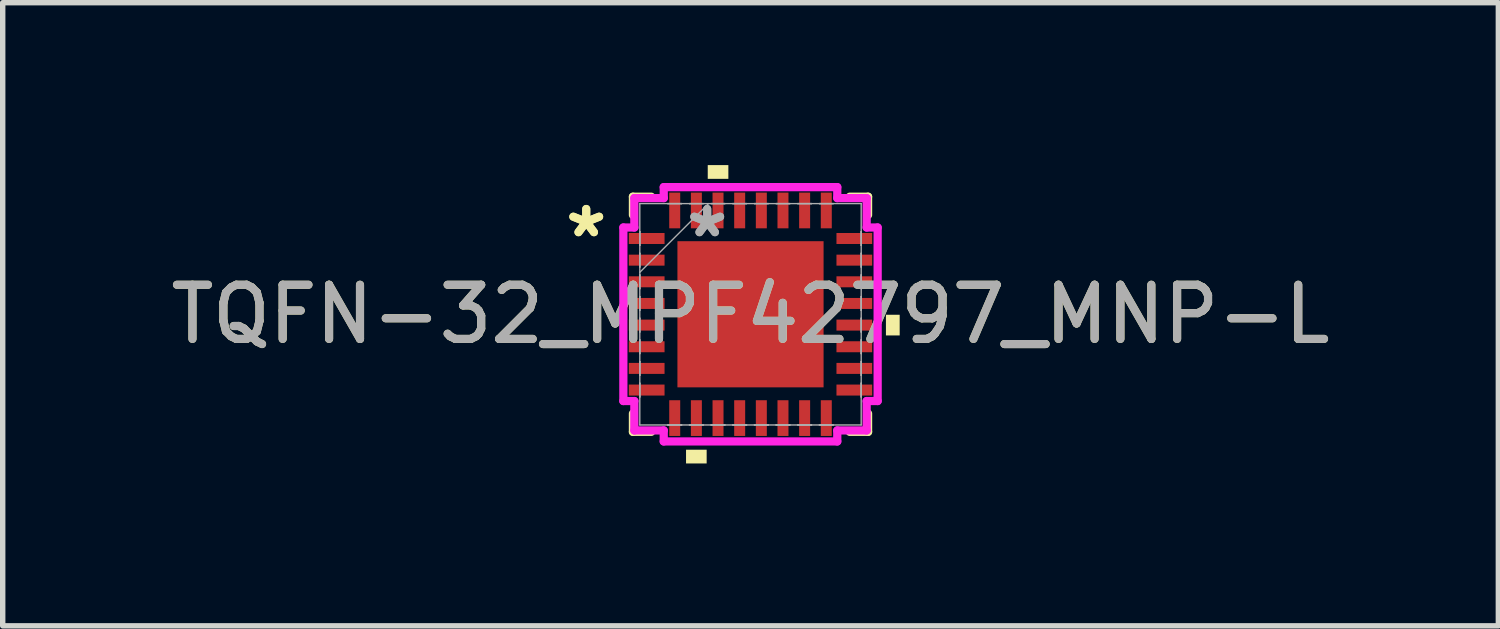
<source format=kicad_pcb>
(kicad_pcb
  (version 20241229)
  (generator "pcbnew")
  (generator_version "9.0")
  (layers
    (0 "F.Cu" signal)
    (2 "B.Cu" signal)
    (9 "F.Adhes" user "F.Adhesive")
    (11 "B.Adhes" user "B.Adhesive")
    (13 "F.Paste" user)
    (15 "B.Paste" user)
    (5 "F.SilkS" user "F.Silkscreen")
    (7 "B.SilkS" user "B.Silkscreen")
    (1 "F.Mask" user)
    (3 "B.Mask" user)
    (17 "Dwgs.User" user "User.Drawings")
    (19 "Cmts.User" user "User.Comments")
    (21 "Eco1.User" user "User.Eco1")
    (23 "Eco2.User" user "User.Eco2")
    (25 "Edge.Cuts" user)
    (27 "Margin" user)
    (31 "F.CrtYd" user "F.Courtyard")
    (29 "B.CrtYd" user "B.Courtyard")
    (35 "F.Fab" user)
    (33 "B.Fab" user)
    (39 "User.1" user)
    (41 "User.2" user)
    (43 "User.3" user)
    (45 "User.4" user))
  (footprint "TQFN-32_MPF42797_MNP-L"
    (layer "F.Cu")
    (at 10.815 2.756)
    (property "Reference" "TQFN-32_MPF42797_MNP-L" (at 0 0 0) (unlocked yes) (layer "F.SilkS") (effects (font (size 1 1) (thickness 0.15))))
    (attr smd)
    (fp_line (start -2.172 -2.172) (end -2.172 -1.834) (stroke (width 0.152) (type solid)) (layer "F.SilkS"))
    (fp_line (start -2.172 1.834) (end -2.172 2.172) (stroke (width 0.152) (type solid)) (layer "F.SilkS"))
    (fp_line (start -2.172 2.172) (end -1.834 2.172) (stroke (width 0.152) (type solid)) (layer "F.SilkS"))
    (fp_line (start -1.834 -2.172) (end -2.172 -2.172) (stroke (width 0.152) (type solid)) (layer "F.SilkS"))
    (fp_line (start 1.834 2.172) (end 2.172 2.172) (stroke (width 0.152) (type solid)) (layer "F.SilkS"))
    (fp_line (start 2.172 -2.172) (end 1.834 -2.172) (stroke (width 0.152) (type solid)) (layer "F.SilkS"))
    (fp_line (start 2.172 -1.834) (end 2.172 -2.172) (stroke (width 0.152) (type solid)) (layer "F.SilkS"))
    (fp_line (start 2.172 2.172) (end 2.172 1.834) (stroke (width 0.152) (type solid)) (layer "F.SilkS"))
    (fp_poly (pts (xy -1.191 2.502) (xy -1.191 2.756) (xy -0.81 2.756) (xy -0.81 2.502)) (stroke (width 0) (type solid)) (fill yes) (layer "F.SilkS"))
    (fp_poly (pts (xy -0.79 -2.502) (xy -0.79 -2.756) (xy -0.409 -2.756) (xy -0.409 -2.502)) (stroke (width 0) (type solid)) (fill yes) (layer "F.SilkS"))
    (fp_poly (pts (xy 2.756 0.009) (xy 2.756 0.391) (xy 2.502 0.391) (xy 2.502 0.009)) (stroke (width 0) (type solid)) (fill yes) (layer "F.SilkS"))
    (fp_line (start -2.349 -1.603) (end -2.146 -1.603) (stroke (width 0.152) (type solid)) (layer "F.CrtYd"))
    (fp_line (start -2.349 1.603) (end -2.349 -1.603) (stroke (width 0.152) (type solid)) (layer "F.CrtYd"))
    (fp_line (start -2.146 -2.146) (end -1.603 -2.146) (stroke (width 0.152) (type solid)) (layer "F.CrtYd"))
    (fp_line (start -2.146 -1.603) (end -2.146 -2.146) (stroke (width 0.152) (type solid)) (layer "F.CrtYd"))
    (fp_line (start -2.146 1.603) (end -2.349 1.603) (stroke (width 0.152) (type solid)) (layer "F.CrtYd"))
    (fp_line (start -2.146 2.146) (end -2.146 1.603) (stroke (width 0.152) (type solid)) (layer "F.CrtYd"))
    (fp_line (start -1.603 -2.349) (end 1.603 -2.349) (stroke (width 0.152) (type solid)) (layer "F.CrtYd"))
    (fp_line (start -1.603 -2.146) (end -1.603 -2.349) (stroke (width 0.152) (type solid)) (layer "F.CrtYd"))
    (fp_line (start -1.603 2.146) (end -2.146 2.146) (stroke (width 0.152) (type solid)) (layer "F.CrtYd"))
    (fp_line (start -1.603 2.349) (end -1.603 2.146) (stroke (width 0.152) (type solid)) (layer "F.CrtYd"))
    (fp_line (start 1.603 -2.349) (end 1.603 -2.146) (stroke (width 0.152) (type solid)) (layer "F.CrtYd"))
    (fp_line (start 1.603 -2.146) (end 2.146 -2.146) (stroke (width 0.152) (type solid)) (layer "F.CrtYd"))
    (fp_line (start 1.603 2.146) (end 1.603 2.349) (stroke (width 0.152) (type solid)) (layer "F.CrtYd"))
    (fp_line (start 1.603 2.349) (end -1.603 2.349) (stroke (width 0.152) (type solid)) (layer "F.CrtYd"))
    (fp_line (start 2.146 -2.146) (end 2.146 -1.603) (stroke (width 0.152) (type solid)) (layer "F.CrtYd"))
    (fp_line (start 2.146 -1.603) (end 2.349 -1.603) (stroke (width 0.152) (type solid)) (layer "F.CrtYd"))
    (fp_line (start 2.146 1.603) (end 2.146 2.146) (stroke (width 0.152) (type solid)) (layer "F.CrtYd"))
    (fp_line (start 2.146 2.146) (end 1.603 2.146) (stroke (width 0.152) (type solid)) (layer "F.CrtYd"))
    (fp_line (start 2.349 -1.603) (end 2.349 1.603) (stroke (width 0.152) (type solid)) (layer "F.CrtYd"))
    (fp_line (start 2.349 1.603) (end 2.146 1.603) (stroke (width 0.152) (type solid)) (layer "F.CrtYd"))
    (fp_line (start -2.045 -2.045) (end -2.045 2.045) (stroke (width 0.025) (type solid)) (layer "F.Fab"))
    (fp_line (start -2.045 -1.527) (end -2.045 -1.527) (stroke (width 0.025) (type solid)) (layer "F.Fab"))
    (fp_line (start -2.045 -1.527) (end -2.045 -1.273) (stroke (width 0.025) (type solid)) (layer "F.Fab"))
    (fp_line (start -2.045 -1.273) (end -2.045 -1.527) (stroke (width 0.025) (type solid)) (layer "F.Fab"))
    (fp_line (start -2.045 -1.273) (end -2.045 -1.273) (stroke (width 0.025) (type solid)) (layer "F.Fab"))
    (fp_line (start -2.045 -1.127) (end -2.045 -1.127) (stroke (width 0.025) (type solid)) (layer "F.Fab"))
    (fp_line (start -2.045 -1.127) (end -2.045 -0.873) (stroke (width 0.025) (type solid)) (layer "F.Fab"))
    (fp_line (start -2.045 -0.873) (end -2.045 -1.127) (stroke (width 0.025) (type solid)) (layer "F.Fab"))
    (fp_line (start -2.045 -0.873) (end -2.045 -0.873) (stroke (width 0.025) (type solid)) (layer "F.Fab"))
    (fp_line (start -2.045 -0.775) (end -0.775 -2.045) (stroke (width 0.025) (type solid)) (layer "F.Fab"))
    (fp_line (start -2.045 -0.727) (end -2.045 -0.727) (stroke (width 0.025) (type solid)) (layer "F.Fab"))
    (fp_line (start -2.045 -0.727) (end -2.045 -0.473) (stroke (width 0.025) (type solid)) (layer "F.Fab"))
    (fp_line (start -2.045 -0.473) (end -2.045 -0.727) (stroke (width 0.025) (type solid)) (layer "F.Fab"))
    (fp_line (start -2.045 -0.473) (end -2.045 -0.473) (stroke (width 0.025) (type solid)) (layer "F.Fab"))
    (fp_line (start -2.045 -0.327) (end -2.045 -0.327) (stroke (width 0.025) (type solid)) (layer "F.Fab"))
    (fp_line (start -2.045 -0.327) (end -2.045 -0.073) (stroke (width 0.025) (type solid)) (layer "F.Fab"))
    (fp_line (start -2.045 -0.073) (end -2.045 -0.327) (stroke (width 0.025) (type solid)) (layer "F.Fab"))
    (fp_line (start -2.045 -0.073) (end -2.045 -0.073) (stroke (width 0.025) (type solid)) (layer "F.Fab"))
    (fp_line (start -2.045 0.073) (end -2.045 0.073) (stroke (width 0.025) (type solid)) (layer "F.Fab"))
    (fp_line (start -2.045 0.073) (end -2.045 0.327) (stroke (width 0.025) (type solid)) (layer "F.Fab"))
    (fp_line (start -2.045 0.327) (end -2.045 0.073) (stroke (width 0.025) (type solid)) (layer "F.Fab"))
    (fp_line (start -2.045 0.327) (end -2.045 0.327) (stroke (width 0.025) (type solid)) (layer "F.Fab"))
    (fp_line (start -2.045 0.473) (end -2.045 0.473) (stroke (width 0.025) (type solid)) (layer "F.Fab"))
    (fp_line (start -2.045 0.473) (end -2.045 0.727) (stroke (width 0.025) (type solid)) (layer "F.Fab"))
    (fp_line (start -2.045 0.727) (end -2.045 0.473) (stroke (width 0.025) (type solid)) (layer "F.Fab"))
    (fp_line (start -2.045 0.727) (end -2.045 0.727) (stroke (width 0.025) (type solid)) (layer "F.Fab"))
    (fp_line (start -2.045 0.873) (end -2.045 0.873) (stroke (width 0.025) (type solid)) (layer "F.Fab"))
    (fp_line (start -2.045 0.873) (end -2.045 1.127) (stroke (width 0.025) (type solid)) (layer "F.Fab"))
    (fp_line (start -2.045 1.127) (end -2.045 0.873) (stroke (width 0.025) (type solid)) (layer "F.Fab"))
    (fp_line (start -2.045 1.127) (end -2.045 1.127) (stroke (width 0.025) (type solid)) (layer "F.Fab"))
    (fp_line (start -2.045 1.273) (end -2.045 1.273) (stroke (width 0.025) (type solid)) (layer "F.Fab"))
    (fp_line (start -2.045 1.273) (end -2.045 1.527) (stroke (width 0.025) (type solid)) (layer "F.Fab"))
    (fp_line (start -2.045 1.527) (end -2.045 1.273) (stroke (width 0.025) (type solid)) (layer "F.Fab"))
    (fp_line (start -2.045 1.527) (end -2.045 1.527) (stroke (width 0.025) (type solid)) (layer "F.Fab"))
    (fp_line (start -2.045 2.045) (end 2.045 2.045) (stroke (width 0.025) (type solid)) (layer "F.Fab"))
    (fp_line (start -1.527 -2.045) (end -1.527 -2.045) (stroke (width 0.025) (type solid)) (layer "F.Fab"))
    (fp_line (start -1.527 -2.045) (end -1.273 -2.045) (stroke (width 0.025) (type solid)) (layer "F.Fab"))
    (fp_line (start -1.527 2.045) (end -1.527 2.045) (stroke (width 0.025) (type solid)) (layer "F.Fab"))
    (fp_line (start -1.527 2.045) (end -1.273 2.045) (stroke (width 0.025) (type solid)) (layer "F.Fab"))
    (fp_line (start -1.273 -2.045) (end -1.527 -2.045) (stroke (width 0.025) (type solid)) (layer "F.Fab"))
    (fp_line (start -1.273 -2.045) (end -1.273 -2.045) (stroke (width 0.025) (type solid)) (layer "F.Fab"))
    (fp_line (start -1.273 2.045) (end -1.527 2.045) (stroke (width 0.025) (type solid)) (layer "F.Fab"))
    (fp_line (start -1.273 2.045) (end -1.273 2.045) (stroke (width 0.025) (type solid)) (layer "F.Fab"))
    (fp_line (start -1.127 -2.045) (end -1.127 -2.045) (stroke (width 0.025) (type solid)) (layer "F.Fab"))
    (fp_line (start -1.127 -2.045) (end -0.873 -2.045) (stroke (width 0.025) (type solid)) (layer "F.Fab"))
    (fp_line (start -1.127 2.045) (end -1.127 2.045) (stroke (width 0.025) (type solid)) (layer "F.Fab"))
    (fp_line (start -1.127 2.045) (end -0.873 2.045) (stroke (width 0.025) (type solid)) (layer "F.Fab"))
    (fp_line (start -0.873 -2.045) (end -1.127 -2.045) (stroke (width 0.025) (type solid)) (layer "F.Fab"))
    (fp_line (start -0.873 -2.045) (end -0.873 -2.045) (stroke (width 0.025) (type solid)) (layer "F.Fab"))
    (fp_line (start -0.873 2.045) (end -1.127 2.045) (stroke (width 0.025) (type solid)) (layer "F.Fab"))
    (fp_line (start -0.873 2.045) (end -0.873 2.045) (stroke (width 0.025) (type solid)) (layer "F.Fab"))
    (fp_line (start -0.727 -2.045) (end -0.727 -2.045) (stroke (width 0.025) (type solid)) (layer "F.Fab"))
    (fp_line (start -0.727 -2.045) (end -0.473 -2.045) (stroke (width 0.025) (type solid)) (layer "F.Fab"))
    (fp_line (start -0.727 2.045) (end -0.727 2.045) (stroke (width 0.025) (type solid)) (layer "F.Fab"))
    (fp_line (start -0.727 2.045) (end -0.473 2.045) (stroke (width 0.025) (type solid)) (layer "F.Fab"))
    (fp_line (start -0.473 -2.045) (end -0.727 -2.045) (stroke (width 0.025) (type solid)) (layer "F.Fab"))
    (fp_line (start -0.473 -2.045) (end -0.473 -2.045) (stroke (width 0.025) (type solid)) (layer "F.Fab"))
    (fp_line (start -0.473 2.045) (end -0.727 2.045) (stroke (width 0.025) (type solid)) (layer "F.Fab"))
    (fp_line (start -0.473 2.045) (end -0.473 2.045) (stroke (width 0.025) (type solid)) (layer "F.Fab"))
    (fp_line (start -0.327 -2.045) (end -0.327 -2.045) (stroke (width 0.025) (type solid)) (layer "F.Fab"))
    (fp_line (start -0.327 -2.045) (end -0.073 -2.045) (stroke (width 0.025) (type solid)) (layer "F.Fab"))
    (fp_line (start -0.327 2.045) (end -0.327 2.045) (stroke (width 0.025) (type solid)) (layer "F.Fab"))
    (fp_line (start -0.327 2.045) (end -0.073 2.045) (stroke (width 0.025) (type solid)) (layer "F.Fab"))
    (fp_line (start -0.073 -2.045) (end -0.327 -2.045) (stroke (width 0.025) (type solid)) (layer "F.Fab"))
    (fp_line (start -0.073 -2.045) (end -0.073 -2.045) (stroke (width 0.025) (type solid)) (layer "F.Fab"))
    (fp_line (start -0.073 2.045) (end -0.327 2.045) (stroke (width 0.025) (type solid)) (layer "F.Fab"))
    (fp_line (start -0.073 2.045) (end -0.073 2.045) (stroke (width 0.025) (type solid)) (layer "F.Fab"))
    (fp_line (start 0.073 -2.045) (end 0.073 -2.045) (stroke (width 0.025) (type solid)) (layer "F.Fab"))
    (fp_line (start 0.073 -2.045) (end 0.327 -2.045) (stroke (width 0.025) (type solid)) (layer "F.Fab"))
    (fp_line (start 0.073 2.045) (end 0.073 2.045) (stroke (width 0.025) (type solid)) (layer "F.Fab"))
    (fp_line (start 0.073 2.045) (end 0.327 2.045) (stroke (width 0.025) (type solid)) (layer "F.Fab"))
    (fp_line (start 0.327 -2.045) (end 0.073 -2.045) (stroke (width 0.025) (type solid)) (layer "F.Fab"))
    (fp_line (start 0.327 -2.045) (end 0.327 -2.045) (stroke (width 0.025) (type solid)) (layer "F.Fab"))
    (fp_line (start 0.327 2.045) (end 0.073 2.045) (stroke (width 0.025) (type solid)) (layer "F.Fab"))
    (fp_line (start 0.327 2.045) (end 0.327 2.045) (stroke (width 0.025) (type solid)) (layer "F.Fab"))
    (fp_line (start 0.473 -2.045) (end 0.473 -2.045) (stroke (width 0.025) (type solid)) (layer "F.Fab"))
    (fp_line (start 0.473 -2.045) (end 0.727 -2.045) (stroke (width 0.025) (type solid)) (layer "F.Fab"))
    (fp_line (start 0.473 2.045) (end 0.473 2.045) (stroke (width 0.025) (type solid)) (layer "F.Fab"))
    (fp_line (start 0.473 2.045) (end 0.727 2.045) (stroke (width 0.025) (type solid)) (layer "F.Fab"))
    (fp_line (start 0.727 -2.045) (end 0.473 -2.045) (stroke (width 0.025) (type solid)) (layer "F.Fab"))
    (fp_line (start 0.727 -2.045) (end 0.727 -2.045) (stroke (width 0.025) (type solid)) (layer "F.Fab"))
    (fp_line (start 0.727 2.045) (end 0.473 2.045) (stroke (width 0.025) (type solid)) (layer "F.Fab"))
    (fp_line (start 0.727 2.045) (end 0.727 2.045) (stroke (width 0.025) (type solid)) (layer "F.Fab"))
    (fp_line (start 0.873 -2.045) (end 0.873 -2.045) (stroke (width 0.025) (type solid)) (layer "F.Fab"))
    (fp_line (start 0.873 -2.045) (end 1.127 -2.045) (stroke (width 0.025) (type solid)) (layer "F.Fab"))
    (fp_line (start 0.873 2.045) (end 0.873 2.045) (stroke (width 0.025) (type solid)) (layer "F.Fab"))
    (fp_line (start 0.873 2.045) (end 1.127 2.045) (stroke (width 0.025) (type solid)) (layer "F.Fab"))
    (fp_line (start 1.127 -2.045) (end 0.873 -2.045) (stroke (width 0.025) (type solid)) (layer "F.Fab"))
    (fp_line (start 1.127 -2.045) (end 1.127 -2.045) (stroke (width 0.025) (type solid)) (layer "F.Fab"))
    (fp_line (start 1.127 2.045) (end 0.873 2.045) (stroke (width 0.025) (type solid)) (layer "F.Fab"))
    (fp_line (start 1.127 2.045) (end 1.127 2.045) (stroke (width 0.025) (type solid)) (layer "F.Fab"))
    (fp_line (start 1.273 -2.045) (end 1.273 -2.045) (stroke (width 0.025) (type solid)) (layer "F.Fab"))
    (fp_line (start 1.273 -2.045) (end 1.527 -2.045) (stroke (width 0.025) (type solid)) (layer "F.Fab"))
    (fp_line (start 1.273 2.045) (end 1.273 2.045) (stroke (width 0.025) (type solid)) (layer "F.Fab"))
    (fp_line (start 1.273 2.045) (end 1.527 2.045) (stroke (width 0.025) (type solid)) (layer "F.Fab"))
    (fp_line (start 1.527 -2.045) (end 1.273 -2.045) (stroke (width 0.025) (type solid)) (layer "F.Fab"))
    (fp_line (start 1.527 -2.045) (end 1.527 -2.045) (stroke (width 0.025) (type solid)) (layer "F.Fab"))
    (fp_line (start 1.527 2.045) (end 1.273 2.045) (stroke (width 0.025) (type solid)) (layer "F.Fab"))
    (fp_line (start 1.527 2.045) (end 1.527 2.045) (stroke (width 0.025) (type solid)) (layer "F.Fab"))
    (fp_line (start 2.045 -2.045) (end -2.045 -2.045) (stroke (width 0.025) (type solid)) (layer "F.Fab"))
    (fp_line (start 2.045 -1.527) (end 2.045 -1.527) (stroke (width 0.025) (type solid)) (layer "F.Fab"))
    (fp_line (start 2.045 -1.527) (end 2.045 -1.273) (stroke (width 0.025) (type solid)) (layer "F.Fab"))
    (fp_line (start 2.045 -1.273) (end 2.045 -1.527) (stroke (width 0.025) (type solid)) (layer "F.Fab"))
    (fp_line (start 2.045 -1.273) (end 2.045 -1.273) (stroke (width 0.025) (type solid)) (layer "F.Fab"))
    (fp_line (start 2.045 -1.127) (end 2.045 -1.127) (stroke (width 0.025) (type solid)) (layer "F.Fab"))
    (fp_line (start 2.045 -1.127) (end 2.045 -0.873) (stroke (width 0.025) (type solid)) (layer "F.Fab"))
    (fp_line (start 2.045 -0.873) (end 2.045 -1.127) (stroke (width 0.025) (type solid)) (layer "F.Fab"))
    (fp_line (start 2.045 -0.873) (end 2.045 -0.873) (stroke (width 0.025) (type solid)) (layer "F.Fab"))
    (fp_line (start 2.045 -0.727) (end 2.045 -0.727) (stroke (width 0.025) (type solid)) (layer "F.Fab"))
    (fp_line (start 2.045 -0.727) (end 2.045 -0.473) (stroke (width 0.025) (type solid)) (layer "F.Fab"))
    (fp_line (start 2.045 -0.473) (end 2.045 -0.727) (stroke (width 0.025) (type solid)) (layer "F.Fab"))
    (fp_line (start 2.045 -0.473) (end 2.045 -0.473) (stroke (width 0.025) (type solid)) (layer "F.Fab"))
    (fp_line (start 2.045 -0.327) (end 2.045 -0.327) (stroke (width 0.025) (type solid)) (layer "F.Fab"))
    (fp_line (start 2.045 -0.327) (end 2.045 -0.073) (stroke (width 0.025) (type solid)) (layer "F.Fab"))
    (fp_line (start 2.045 -0.073) (end 2.045 -0.327) (stroke (width 0.025) (type solid)) (layer "F.Fab"))
    (fp_line (start 2.045 -0.073) (end 2.045 -0.073) (stroke (width 0.025) (type solid)) (layer "F.Fab"))
    (fp_line (start 2.045 0.073) (end 2.045 0.073) (stroke (width 0.025) (type solid)) (layer "F.Fab"))
    (fp_line (start 2.045 0.073) (end 2.045 0.327) (stroke (width 0.025) (type solid)) (layer "F.Fab"))
    (fp_line (start 2.045 0.327) (end 2.045 0.073) (stroke (width 0.025) (type solid)) (layer "F.Fab"))
    (fp_line (start 2.045 0.327) (end 2.045 0.327) (stroke (width 0.025) (type solid)) (layer "F.Fab"))
    (fp_line (start 2.045 0.473) (end 2.045 0.473) (stroke (width 0.025) (type solid)) (layer "F.Fab"))
    (fp_line (start 2.045 0.473) (end 2.045 0.727) (stroke (width 0.025) (type solid)) (layer "F.Fab"))
    (fp_line (start 2.045 0.727) (end 2.045 0.473) (stroke (width 0.025) (type solid)) (layer "F.Fab"))
    (fp_line (start 2.045 0.727) (end 2.045 0.727) (stroke (width 0.025) (type solid)) (layer "F.Fab"))
    (fp_line (start 2.045 0.873) (end 2.045 0.873) (stroke (width 0.025) (type solid)) (layer "F.Fab"))
    (fp_line (start 2.045 0.873) (end 2.045 1.127) (stroke (width 0.025) (type solid)) (layer "F.Fab"))
    (fp_line (start 2.045 1.127) (end 2.045 0.873) (stroke (width 0.025) (type solid)) (layer "F.Fab"))
    (fp_line (start 2.045 1.127) (end 2.045 1.127) (stroke (width 0.025) (type solid)) (layer "F.Fab"))
    (fp_line (start 2.045 1.273) (end 2.045 1.273) (stroke (width 0.025) (type solid)) (layer "F.Fab"))
    (fp_line (start 2.045 1.273) (end 2.045 1.527) (stroke (width 0.025) (type solid)) (layer "F.Fab"))
    (fp_line (start 2.045 1.527) (end 2.045 1.273) (stroke (width 0.025) (type solid)) (layer "F.Fab"))
    (fp_line (start 2.045 1.527) (end 2.045 1.527) (stroke (width 0.025) (type solid)) (layer "F.Fab"))
    (fp_line (start 2.045 2.045) (end 2.045 -2.045) (stroke (width 0.025) (type solid)) (layer "F.Fab"))
    (fp_text user "*" (at -3.035 -1.4 0) (layer "F.SilkS") (effects (font (size 1 1) (thickness 0.15))))
    (fp_text user "*" (at -3.035 -1.4 0) (unlocked yes) (layer "F.SilkS") (effects (font (size 1 1) (thickness 0.15))))
    (fp_text user "*" (at -0.8 -1.4 0) (unlocked yes) (layer "F.Fab") (effects (font (size 1 1) (thickness 0.15))))
    (fp_text user "${REFERENCE}" (at 0 0 0) (unlocked yes) (layer "F.Fab") (effects (font (size 1 1) (thickness 0.15))))
    (fp_text user "*" (at -0.8 -1.4 0) (layer "F.Fab") (effects (font (size 1 1) (thickness 0.15))))
    (pad "1" smd rect (at -1.918 -1.4 90) (size 0.203 0.66) (layers "F.Cu" "F.Mask" "F.Paste"))
    (pad "2" smd rect (at -1.918 -1 90) (size 0.203 0.66) (layers "F.Cu" "F.Mask" "F.Paste"))
    (pad "3" smd rect (at -1.918 -0.6 90) (size 0.203 0.66) (layers "F.Cu" "F.Mask" "F.Paste"))
    (pad "4" smd rect (at -1.918 -0.2 90) (size 0.203 0.66) (layers "F.Cu" "F.Mask" "F.Paste"))
    (pad "5" smd rect (at -1.918 0.2 90) (size 0.203 0.66) (layers "F.Cu" "F.Mask" "F.Paste"))
    (pad "6" smd rect (at -1.918 0.6 90) (size 0.203 0.66) (layers "F.Cu" "F.Mask" "F.Paste"))
    (pad "7" smd rect (at -1.918 1 90) (size 0.203 0.66) (layers "F.Cu" "F.Mask" "F.Paste"))
    (pad "8" smd rect (at -1.918 1.4 90) (size 0.203 0.66) (layers "F.Cu" "F.Mask" "F.Paste"))
    (pad "9" smd rect (at -1.4 1.918) (size 0.203 0.66) (layers "F.Cu" "F.Mask" "F.Paste"))
    (pad "10" smd rect (at -1 1.918) (size 0.203 0.66) (layers "F.Cu" "F.Mask" "F.Paste"))
    (pad "11" smd rect (at -0.6 1.918) (size 0.203 0.66) (layers "F.Cu" "F.Mask" "F.Paste"))
    (pad "12" smd rect (at -0.2 1.918) (size 0.203 0.66) (layers "F.Cu" "F.Mask" "F.Paste"))
    (pad "13" smd rect (at 0.2 1.918) (size 0.203 0.66) (layers "F.Cu" "F.Mask" "F.Paste"))
    (pad "14" smd rect (at 0.6 1.918) (size 0.203 0.66) (layers "F.Cu" "F.Mask" "F.Paste"))
    (pad "15" smd rect (at 1 1.918) (size 0.203 0.66) (layers "F.Cu" "F.Mask" "F.Paste"))
    (pad "16" smd rect (at 1.4 1.918) (size 0.203 0.66) (layers "F.Cu" "F.Mask" "F.Paste"))
    (pad "17" smd rect (at 1.918 1.4 90) (size 0.203 0.66) (layers "F.Cu" "F.Mask" "F.Paste"))
    (pad "18" smd rect (at 1.918 1 90) (size 0.203 0.66) (layers "F.Cu" "F.Mask" "F.Paste"))
    (pad "19" smd rect (at 1.918 0.6 90) (size 0.203 0.66) (layers "F.Cu" "F.Mask" "F.Paste"))
    (pad "20" smd rect (at 1.918 0.2 90) (size 0.203 0.66) (layers "F.Cu" "F.Mask" "F.Paste"))
    (pad "21" smd rect (at 1.918 -0.2 90) (size 0.203 0.66) (layers "F.Cu" "F.Mask" "F.Paste"))
    (pad "22" smd rect (at 1.918 -0.6 90) (size 0.203 0.66) (layers "F.Cu" "F.Mask" "F.Paste"))
    (pad "23" smd rect (at 1.918 -1 90) (size 0.203 0.66) (layers "F.Cu" "F.Mask" "F.Paste"))
    (pad "24" smd rect (at 1.918 -1.4 90) (size 0.203 0.66) (layers "F.Cu" "F.Mask" "F.Paste"))
    (pad "25" smd rect (at 1.4 -1.918) (size 0.203 0.66) (layers "F.Cu" "F.Mask" "F.Paste"))
    (pad "26" smd rect (at 1 -1.918) (size 0.203 0.66) (layers "F.Cu" "F.Mask" "F.Paste"))
    (pad "27" smd rect (at 0.6 -1.918) (size 0.203 0.66) (layers "F.Cu" "F.Mask" "F.Paste"))
    (pad "28" smd rect (at 0.2 -1.918) (size 0.203 0.66) (layers "F.Cu" "F.Mask" "F.Paste"))
    (pad "29" smd rect (at -0.2 -1.918) (size 0.203 0.66) (layers "F.Cu" "F.Mask" "F.Paste"))
    (pad "30" smd rect (at -0.6 -1.918) (size 0.203 0.66) (layers "F.Cu" "F.Mask" "F.Paste"))
    (pad "31" smd rect (at -1 -1.918) (size 0.203 0.66) (layers "F.Cu" "F.Mask" "F.Paste"))
    (pad "32" smd rect (at -1.4 -1.918) (size 0.203 0.66) (layers "F.Cu" "F.Mask" "F.Paste"))
    (pad "33" smd rect (at 0 0) (size 2.7 2.7) (layers "F.Cu" "F.Mask" "F.Paste")))
  (gr_rect
    (start -3 -3)
    (end 24.631 8.512)
    (stroke (width 0.1) (type default))
    (fill no)
    (layer "Edge.Cuts")))
</source>
